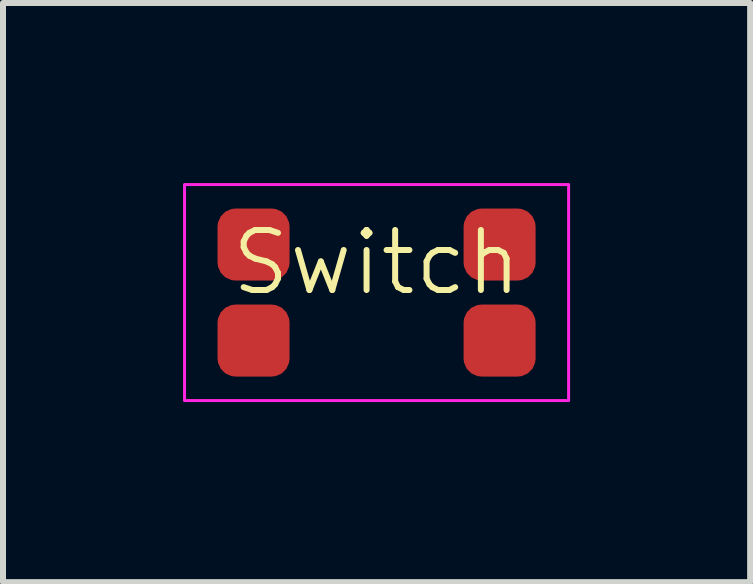
<source format=kicad_pcb>
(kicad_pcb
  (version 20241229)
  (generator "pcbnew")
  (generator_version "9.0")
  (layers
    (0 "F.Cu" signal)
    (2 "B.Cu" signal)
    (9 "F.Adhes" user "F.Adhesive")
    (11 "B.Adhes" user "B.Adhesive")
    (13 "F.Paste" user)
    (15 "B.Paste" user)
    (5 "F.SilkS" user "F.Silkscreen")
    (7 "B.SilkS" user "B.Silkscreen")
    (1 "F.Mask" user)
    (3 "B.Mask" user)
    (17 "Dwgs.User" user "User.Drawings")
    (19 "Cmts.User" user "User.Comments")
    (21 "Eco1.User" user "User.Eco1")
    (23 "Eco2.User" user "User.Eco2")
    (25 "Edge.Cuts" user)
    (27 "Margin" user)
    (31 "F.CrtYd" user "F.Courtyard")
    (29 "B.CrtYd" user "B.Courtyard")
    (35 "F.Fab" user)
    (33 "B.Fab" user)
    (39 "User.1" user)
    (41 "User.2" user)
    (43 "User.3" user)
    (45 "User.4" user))
  (footprint "Switch"
    (layer "F.Cu")
    (at 3.225 1.825)
    (property "Reference" "Switch" (at 0 -0.5 0) (unlocked yes) (layer "F.SilkS") (effects (font (size 1 1) (thickness 0.1))))
    (attr smd)
    (fp_rect (start -3.2 -1.8) (end 3.2 1.8) (stroke (width 0.05) (type default)) (fill no) (layer "F.CrtYd"))
    (pad "1" smd roundrect (at -2.05 -0.8 90) (size 1.2 1.2) (layers "F.Cu" "F.Mask" "F.Paste") (roundrect_rratio 0.25))
    (pad "2" smd roundrect (at -2.05 0.8 90) (size 1.2 1.2) (layers "F.Cu" "F.Mask" "F.Paste") (roundrect_rratio 0.25))
    (pad "3" smd roundrect (at 2.05 0.8 90) (size 1.2 1.2) (layers "F.Cu" "F.Mask" "F.Paste") (roundrect_rratio 0.25))
    (pad "4" smd roundrect (at 2.05 -0.8 90) (size 1.2 1.2) (layers "F.Cu" "F.Mask" "F.Paste") (roundrect_rratio 0.25)))
  (gr_rect
    (start -3 -3)
    (end 9.45 6.65)
    (stroke (width 0.1) (type default))
    (fill no)
    (layer "Edge.Cuts")))
</source>
